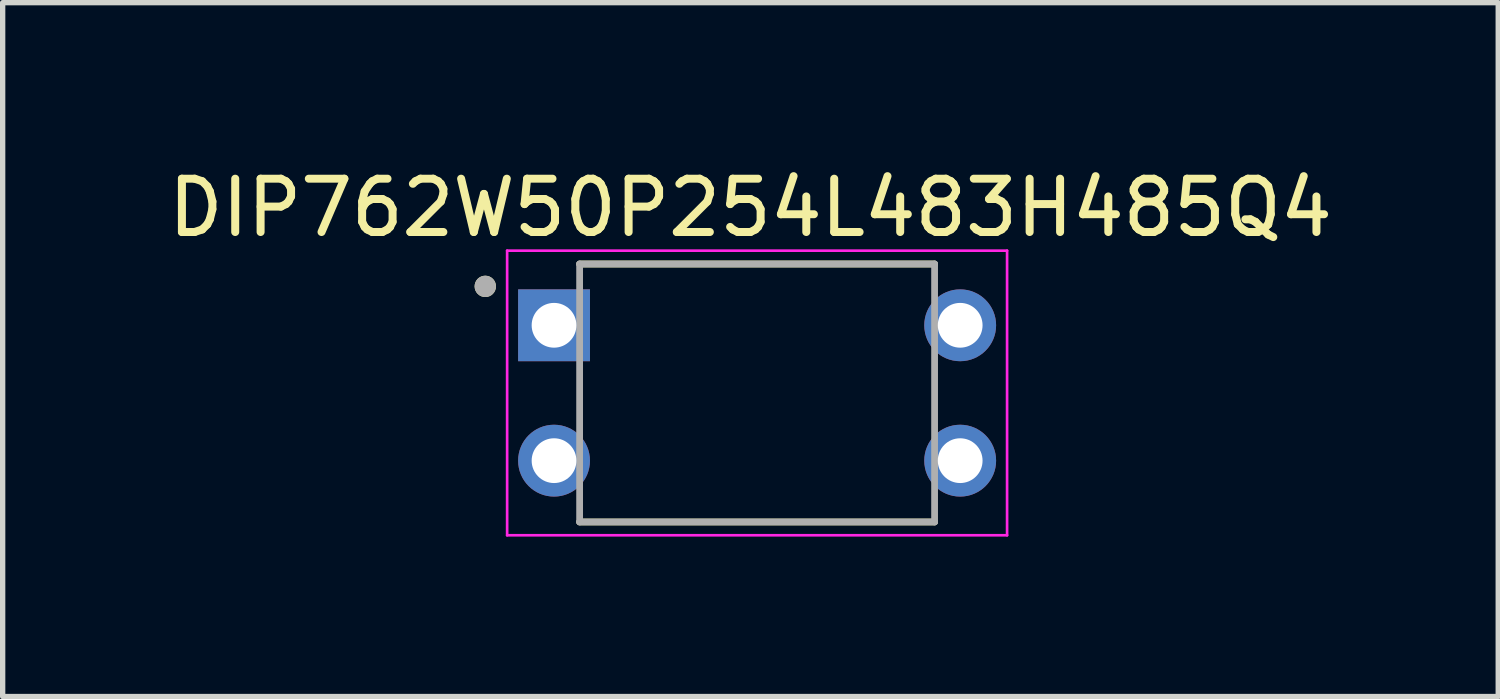
<source format=kicad_pcb>
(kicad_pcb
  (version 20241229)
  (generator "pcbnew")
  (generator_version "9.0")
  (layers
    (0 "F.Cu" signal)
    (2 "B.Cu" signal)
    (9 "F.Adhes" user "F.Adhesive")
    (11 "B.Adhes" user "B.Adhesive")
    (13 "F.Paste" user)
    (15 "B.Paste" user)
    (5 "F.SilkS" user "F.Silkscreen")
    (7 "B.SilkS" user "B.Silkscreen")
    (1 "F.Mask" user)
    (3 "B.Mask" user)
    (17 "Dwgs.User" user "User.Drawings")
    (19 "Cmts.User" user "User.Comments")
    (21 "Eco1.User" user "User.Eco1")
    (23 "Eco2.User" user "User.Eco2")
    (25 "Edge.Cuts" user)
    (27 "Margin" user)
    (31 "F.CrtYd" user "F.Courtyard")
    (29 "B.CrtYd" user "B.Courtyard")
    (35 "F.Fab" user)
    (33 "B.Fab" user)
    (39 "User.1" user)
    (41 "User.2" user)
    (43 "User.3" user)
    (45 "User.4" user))
  (footprint "DIP762W50P254L483H485Q4"
    (layer "F.Cu")
    (at 11.155 4.323)
    (property "Reference" "DIP762W50P254L483H485Q4" (at -0.125 -3.475 0) (layer "F.SilkS") (effects (font (size 1 1) (thickness 0.15))))
    (attr through_hole)
    (fp_line (start -3.33 -2.42) (end 3.33 -2.42) (stroke (width 0.127) (type solid)) (layer "F.SilkS"))
    (fp_line (start 3.33 2.42) (end -3.33 2.42) (stroke (width 0.127) (type solid)) (layer "F.SilkS"))
    (fp_circle (center -5.1 -2) (end -5 -2) (stroke (width 0.2) (type solid)) (fill no) (layer "F.SilkS"))
    (fp_line (start -4.69 -2.67) (end 4.69 -2.67) (stroke (width 0.05) (type solid)) (layer "F.CrtYd"))
    (fp_line (start -4.69 2.67) (end -4.69 -2.67) (stroke (width 0.05) (type solid)) (layer "F.CrtYd"))
    (fp_line (start 4.69 -2.67) (end 4.69 2.67) (stroke (width 0.05) (type solid)) (layer "F.CrtYd"))
    (fp_line (start 4.69 2.67) (end -4.69 2.67) (stroke (width 0.05) (type solid)) (layer "F.CrtYd"))
    (fp_line (start -3.33 -2.42) (end 3.33 -2.42) (stroke (width 0.127) (type solid)) (layer "F.Fab"))
    (fp_line (start -3.33 2.42) (end -3.33 -2.42) (stroke (width 0.127) (type solid)) (layer "F.Fab"))
    (fp_line (start 3.33 -2.42) (end 3.33 2.42) (stroke (width 0.127) (type solid)) (layer "F.Fab"))
    (fp_line (start 3.33 2.42) (end -3.33 2.42) (stroke (width 0.127) (type solid)) (layer "F.Fab"))
    (fp_circle (center -5.1 -2) (end -5 -2) (stroke (width 0.2) (type solid)) (fill no) (layer "F.Fab"))
    (pad "1" thru_hole rect (at -3.81 -1.27) (size 1.348 1.348) (drill 0.84) (layers "*.Cu" "*.Mask"))
    (pad "2" thru_hole circle (at -3.81 1.27) (size 1.348 1.348) (drill 0.84) (layers "*.Cu" "*.Mask"))
    (pad "3" thru_hole circle (at 3.81 1.27) (size 1.348 1.348) (drill 0.84) (layers "*.Cu" "*.Mask"))
    (pad "4" thru_hole circle (at 3.81 -1.27) (size 1.348 1.348) (drill 0.84) (layers "*.Cu" "*.Mask")))
  (gr_rect
    (start -3 -3)
    (end 25.06 10.018)
    (stroke (width 0.1) (type default))
    (fill no)
    (layer "Edge.Cuts")))
</source>
